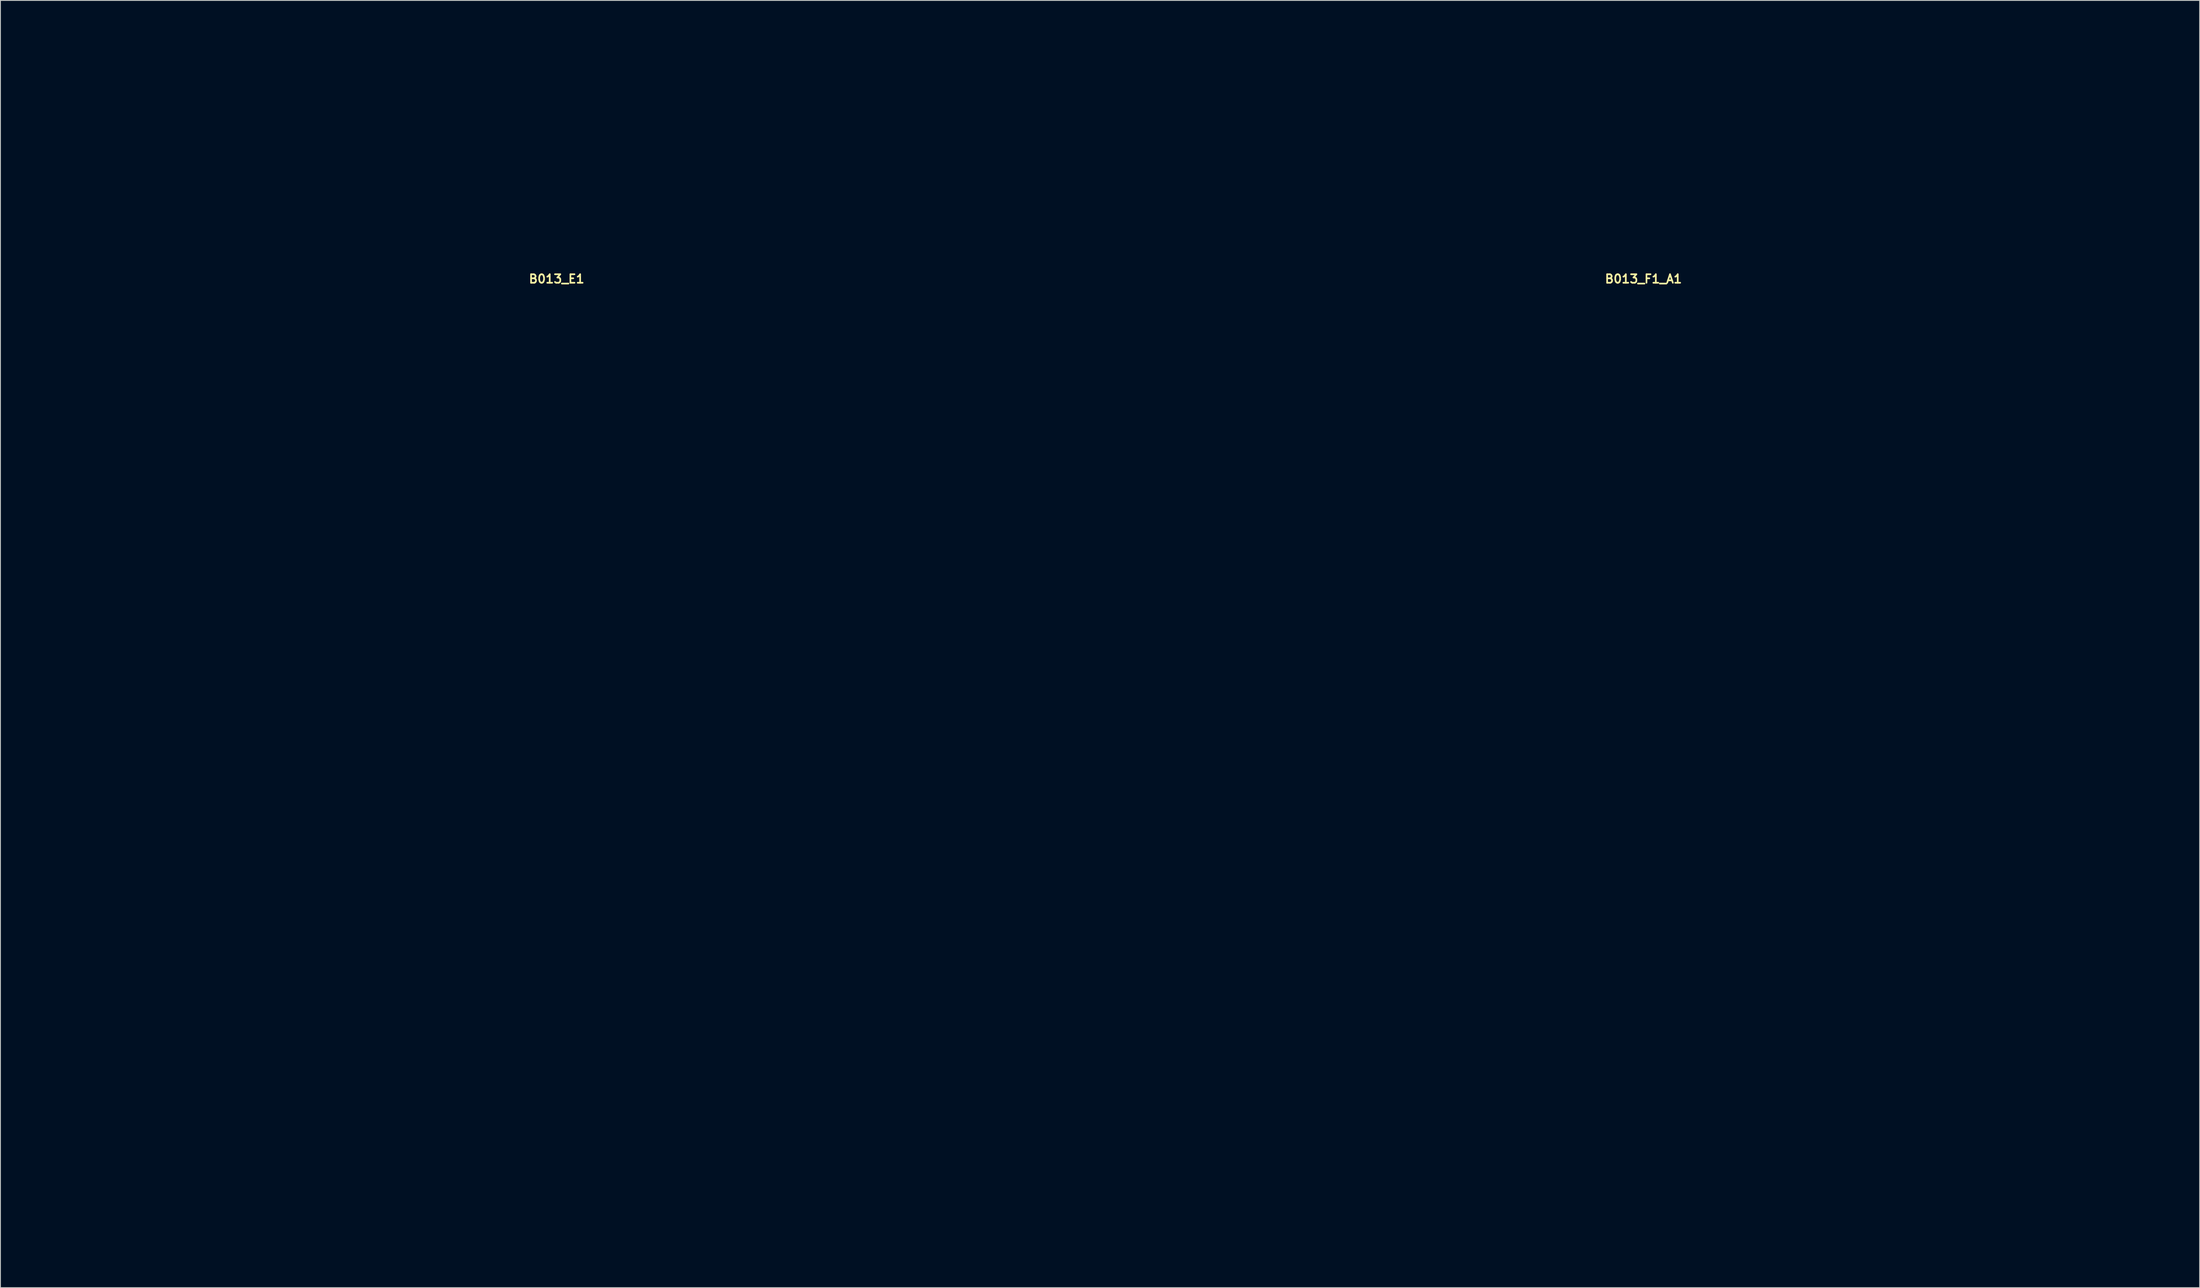
<source format=kicad_pcb>
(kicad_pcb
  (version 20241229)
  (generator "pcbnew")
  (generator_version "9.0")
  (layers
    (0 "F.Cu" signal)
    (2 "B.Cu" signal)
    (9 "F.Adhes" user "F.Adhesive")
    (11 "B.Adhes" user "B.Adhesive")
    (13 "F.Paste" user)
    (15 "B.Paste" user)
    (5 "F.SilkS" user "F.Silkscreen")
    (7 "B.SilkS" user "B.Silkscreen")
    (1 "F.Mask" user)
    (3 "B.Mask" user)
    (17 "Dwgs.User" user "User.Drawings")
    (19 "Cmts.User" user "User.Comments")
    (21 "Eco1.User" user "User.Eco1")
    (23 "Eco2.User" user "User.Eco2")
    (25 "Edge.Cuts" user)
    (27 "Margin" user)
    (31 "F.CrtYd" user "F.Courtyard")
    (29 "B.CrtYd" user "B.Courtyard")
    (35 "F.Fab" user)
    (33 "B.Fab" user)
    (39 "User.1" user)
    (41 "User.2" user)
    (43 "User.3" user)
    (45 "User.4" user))
  (footprint "B013_E1"
    (layer "F.Cu")
    (at 62.3 87.75)
    (property "Reference" "B013_E1" (at 0 -58.039 0) (layer "F.SilkS") (effects (font (size 1 1) (thickness 0.2))))
    (attr through_hole)
    (fp_line (start -62.1 -57.25) (end -62.1 57.25) (stroke (width 0.4) (type solid)) (layer "Eco1.User"))
    (fp_line (start -62.1 -57.25) (end -31.8 -57.25) (stroke (width 0.4) (type solid)) (layer "Eco1.User"))
    (fp_line (start -62.1 57.25) (end -31.8 57.25) (stroke (width 0.4) (type solid)) (layer "Eco1.User"))
    (fp_line (start -58.1 -57.25) (end -58.1 57.25) (stroke (width 0.4) (type solid)) (layer "Eco1.User"))
    (fp_line (start -31.8 -87.55) (end -31.8 -57.25) (stroke (width 0.4) (type solid)) (layer "Eco1.User"))
    (fp_line (start -31.8 -87.55) (end 31.8 -87.55) (stroke (width 0.4) (type solid)) (layer "Eco1.User"))
    (fp_line (start -31.8 -83.55) (end 31.8 -83.55) (stroke (width 0.4) (type solid)) (layer "Eco1.User"))
    (fp_line (start -31.8 -57.25) (end -31.8 57.25) (stroke (width 0.4) (type solid)) (layer "Eco1.User"))
    (fp_line (start -31.8 -57.25) (end 31.8 -57.25) (stroke (width 0.4) (type solid)) (layer "Eco1.User"))
    (fp_line (start -31.8 57.25) (end 31.8 57.25) (stroke (width 0.4) (type solid)) (layer "Eco1.User"))
    (fp_line (start -30.45 -55.75) (end -30.45 55.75) (stroke (width 0.4) (type solid)) (layer "Eco1.User"))
    (fp_line (start -30.45 -55.75) (end 30.45 -55.75) (stroke (width 0.4) (type solid)) (layer "Eco1.User"))
    (fp_line (start -30.45 -49) (end -27.1 -49) (stroke (width 0.4) (type solid)) (layer "Eco1.User"))
    (fp_line (start -30.45 49) (end -27.1 49) (stroke (width 0.4) (type solid)) (layer "Eco1.User"))
    (fp_line (start -30.45 55.75) (end 30.45 55.75) (stroke (width 0.4) (type solid)) (layer "Eco1.User"))
    (fp_line (start -23.85 -55.75) (end -23.85 -52.25) (stroke (width 0.4) (type solid)) (layer "Eco1.User"))
    (fp_line (start -23.85 52.25) (end -23.85 55.75) (stroke (width 0.4) (type solid)) (layer "Eco1.User"))
    (fp_line (start 23.85 -55.75) (end 23.85 -52.25) (stroke (width 0.4) (type solid)) (layer "Eco1.User"))
    (fp_line (start 23.85 52.25) (end 23.85 55.75) (stroke (width 0.4) (type solid)) (layer "Eco1.User"))
    (fp_line (start 27.1 -49) (end 30.45 -49) (stroke (width 0.4) (type solid)) (layer "Eco1.User"))
    (fp_line (start 27.1 49) (end 30.45 49) (stroke (width 0.4) (type solid)) (layer "Eco1.User"))
    (fp_line (start 30.45 -55.75) (end 30.45 55.75) (stroke (width 0.4) (type solid)) (layer "Eco1.User"))
    (fp_line (start 31.8 -87.55) (end 31.8 -57.25) (stroke (width 0.4) (type solid)) (layer "Eco1.User"))
    (fp_line (start 31.8 -57.25) (end 31.8 57.25) (stroke (width 0.4) (type solid)) (layer "Eco1.User"))
    (fp_line (start 31.8 -57.25) (end 62.1 -57.25) (stroke (width 0.4) (type solid)) (layer "Eco1.User"))
    (fp_line (start 31.8 57.25) (end 62.1 57.25) (stroke (width 0.4) (type solid)) (layer "Eco1.User"))
    (fp_line (start 58.1 -57.25) (end 58.1 57.25) (stroke (width 0.4) (type solid)) (layer "Eco1.User"))
    (fp_line (start 62.1 -57.25) (end 62.1 57.25) (stroke (width 0.4) (type solid)) (layer "Eco1.User"))
    (fp_arc (start -27.1 49) (mid -24.801903 49.951903) (end -23.85 52.25) (stroke (width 0.4) (type solid)) (layer "Eco1.User"))
    (fp_arc (start -23.85 -52.25) (mid -24.801903 -49.951903) (end -27.1 -49) (stroke (width 0.4) (type solid)) (layer "Eco1.User"))
    (fp_arc (start 23.85 52.25) (mid 24.801903 49.951903) (end 27.1 49) (stroke (width 0.4) (type solid)) (layer "Eco1.User"))
    (fp_arc (start 27.1 -49) (mid 24.801903 -49.951903) (end 23.85 -52.25) (stroke (width 0.4) (type solid)) (layer "Eco1.User"))
    (fp_circle (center -43.15 1.27) (end -37.15 1.27) (stroke (width 0.4) (type solid)) (fill no) (layer "Eco1.User"))
    (fp_circle (center -27.1 -52.25) (end -25.6 -52.25) (stroke (width 0.4) (type solid)) (fill no) (layer "Eco1.User"))
    (fp_circle (center -27.1 52.25) (end -25.6 52.25) (stroke (width 0.4) (type solid)) (fill no) (layer "Eco1.User"))
    (fp_circle (center 0 -70.1) (end 5.5 -70.1) (stroke (width 0.4) (type solid)) (fill no) (layer "Eco1.User"))
    (fp_circle (center 27.1 -52.25) (end 28.6 -52.25) (stroke (width 0.4) (type solid)) (fill no) (layer "Eco1.User"))
    (fp_circle (center 27.1 52.25) (end 28.6 52.25) (stroke (width 0.4) (type solid)) (fill no) (layer "Eco1.User"))
    (fp_circle (center 43.15 1.27) (end 49.15 1.27) (stroke (width 0.4) (type solid)) (fill no) (layer "Eco1.User")))
  (footprint "B013_F1_A1"
    (layer "F.Cu")
    (at 189.9 87.75)
    (property "Reference" "B013_F1_A1" (at 0 -58.039 0) (layer "F.SilkS") (effects (font (size 1 1) (thickness 0.2))))
    (attr through_hole)
    (fp_line (start -62.1 -57.25) (end -62.1 57.25) (stroke (width 0.4) (type solid)) (layer "Eco1.User"))
    (fp_line (start -62.1 -57.25) (end -31.8 -57.25) (stroke (width 0.4) (type solid)) (layer "Eco1.User"))
    (fp_line (start -62.1 57.25) (end -31.8 57.25) (stroke (width 0.4) (type solid)) (layer "Eco1.User"))
    (fp_line (start -58.1 -57.25) (end -58.1 57.25) (stroke (width 0.4) (type solid)) (layer "Eco1.User"))
    (fp_line (start -31.8 -87.55) (end -31.8 -57.25) (stroke (width 0.4) (type solid)) (layer "Eco1.User"))
    (fp_line (start -31.8 -87.55) (end 31.8 -87.55) (stroke (width 0.4) (type solid)) (layer "Eco1.User"))
    (fp_line (start -31.8 -83.55) (end 31.8 -83.55) (stroke (width 0.4) (type solid)) (layer "Eco1.User"))
    (fp_line (start -31.8 -57.25) (end -31.8 57.25) (stroke (width 0.4) (type solid)) (layer "Eco1.User"))
    (fp_line (start -31.8 -57.25) (end 31.8 -57.25) (stroke (width 0.4) (type solid)) (layer "Eco1.User"))
    (fp_line (start -31.8 57.25) (end 31.8 57.25) (stroke (width 0.4) (type solid)) (layer "Eco1.User"))
    (fp_line (start -30.45 -55.75) (end -30.45 55.75) (stroke (width 0.4) (type solid)) (layer "Eco1.User"))
    (fp_line (start -30.45 -55.75) (end 30.45 -55.75) (stroke (width 0.4) (type solid)) (layer "Eco1.User"))
    (fp_line (start -30.45 -49) (end -27.1 -49) (stroke (width 0.4) (type solid)) (layer "Eco1.User"))
    (fp_line (start -30.45 49) (end -27.1 49) (stroke (width 0.4) (type solid)) (layer "Eco1.User"))
    (fp_line (start -30.45 55.75) (end 30.45 55.75) (stroke (width 0.4) (type solid)) (layer "Eco1.User"))
    (fp_line (start -23.85 -55.75) (end -23.85 -52.25) (stroke (width 0.4) (type solid)) (layer "Eco1.User"))
    (fp_line (start -23.85 52.25) (end -23.85 55.75) (stroke (width 0.4) (type solid)) (layer "Eco1.User"))
    (fp_line (start 23.85 -55.75) (end 23.85 -52.25) (stroke (width 0.4) (type solid)) (layer "Eco1.User"))
    (fp_line (start 23.85 52.25) (end 23.85 55.75) (stroke (width 0.4) (type solid)) (layer "Eco1.User"))
    (fp_line (start 27.1 -49) (end 30.45 -49) (stroke (width 0.4) (type solid)) (layer "Eco1.User"))
    (fp_line (start 27.1 49) (end 30.45 49) (stroke (width 0.4) (type solid)) (layer "Eco1.User"))
    (fp_line (start 30.45 -55.75) (end 30.45 55.75) (stroke (width 0.4) (type solid)) (layer "Eco1.User"))
    (fp_line (start 31.8 -87.55) (end 31.8 -57.25) (stroke (width 0.4) (type solid)) (layer "Eco1.User"))
    (fp_line (start 31.8 -57.25) (end 31.8 57.25) (stroke (width 0.4) (type solid)) (layer "Eco1.User"))
    (fp_line (start 31.8 -57.25) (end 62.1 -57.25) (stroke (width 0.4) (type solid)) (layer "Eco1.User"))
    (fp_line (start 31.8 57.25) (end 62.1 57.25) (stroke (width 0.4) (type solid)) (layer "Eco1.User"))
    (fp_line (start 58.1 -57.25) (end 58.1 57.25) (stroke (width 0.4) (type solid)) (layer "Eco1.User"))
    (fp_line (start 62.1 -57.25) (end 62.1 57.25) (stroke (width 0.4) (type solid)) (layer "Eco1.User"))
    (fp_arc (start -27.1 49) (mid -24.801903 49.951903) (end -23.85 52.25) (stroke (width 0.4) (type solid)) (layer "Eco1.User"))
    (fp_arc (start -23.85 -52.25) (mid -24.801903 -49.951903) (end -27.1 -49) (stroke (width 0.4) (type solid)) (layer "Eco1.User"))
    (fp_arc (start 23.85 52.25) (mid 24.801903 49.951903) (end 27.1 49) (stroke (width 0.4) (type solid)) (layer "Eco1.User"))
    (fp_arc (start 27.1 -49) (mid 24.801903 -49.951903) (end 23.85 -52.25) (stroke (width 0.4) (type solid)) (layer "Eco1.User"))
    (fp_circle (center -43.15 26.67) (end -37.15 26.67) (stroke (width 0.4) (type solid)) (fill no) (layer "Eco1.User"))
    (fp_circle (center -27.1 -52.25) (end -25.6 -52.25) (stroke (width 0.4) (type solid)) (fill no) (layer "Eco1.User"))
    (fp_circle (center -27.1 52.25) (end -25.6 52.25) (stroke (width 0.4) (type solid)) (fill no) (layer "Eco1.User"))
    (fp_circle (center -26.95 -40.44) (end -25.55 -40.44) (stroke (width 0.4) (type solid)) (fill no) (layer "Eco1.User"))
    (fp_circle (center -26.95 -12.5) (end -25.55 -12.5) (stroke (width 0.4) (type solid)) (fill no) (layer "Eco1.User"))
    (fp_circle (center -19.05 -40.44) (end -15.35 -40.44) (stroke (width 0.4) (type solid)) (fill no) (layer "Eco1.User"))
    (fp_circle (center -19.05 -12.5) (end -15.35 -12.5) (stroke (width 0.4) (type solid)) (fill no) (layer "Eco1.User"))
    (fp_circle (center -19.05 44.45) (end -16.4 44.45) (stroke (width 0.4) (type solid)) (fill no) (layer "Eco1.User"))
    (fp_circle (center -8.89 -50.8) (end -7.39 -50.8) (stroke (width 0.4) (type solid)) (fill no) (layer "Eco1.User"))
    (fp_circle (center -7.9 -26.47) (end -6.5 -26.47) (stroke (width 0.4) (type solid)) (fill no) (layer "Eco1.User"))
    (fp_circle (center -7.9 1.47) (end -6.5 1.47) (stroke (width 0.4) (type solid)) (fill no) (layer "Eco1.User"))
    (fp_circle (center 0 -70.1) (end 5.5 -70.1) (stroke (width 0.4) (type solid)) (fill no) (layer "Eco1.User"))
    (fp_circle (center 0 -26.47) (end 3.7 -26.47) (stroke (width 0.4) (type solid)) (fill no) (layer "Eco1.User"))
    (fp_circle (center 0 1.47) (end 3.7 1.47) (stroke (width 0.4) (type solid)) (fill no) (layer "Eco1.User"))
    (fp_circle (center 0 44.45) (end 6.5 44.45) (stroke (width 0.4) (type solid)) (fill no) (layer "Eco1.User"))
    (fp_circle (center 8.89 -50.8) (end 10.39 -50.8) (stroke (width 0.4) (type solid)) (fill no) (layer "Eco1.User"))
    (fp_circle (center 11.15 -40.44) (end 12.55 -40.44) (stroke (width 0.4) (type solid)) (fill no) (layer "Eco1.User"))
    (fp_circle (center 11.15 -12.5) (end 12.55 -12.5) (stroke (width 0.4) (type solid)) (fill no) (layer "Eco1.User"))
    (fp_circle (center 19.05 -40.44) (end 22.75 -40.44) (stroke (width 0.4) (type solid)) (fill no) (layer "Eco1.User"))
    (fp_circle (center 19.05 -12.5) (end 22.75 -12.5) (stroke (width 0.4) (type solid)) (fill no) (layer "Eco1.User"))
    (fp_circle (center 27.1 -52.25) (end 28.6 -52.25) (stroke (width 0.4) (type solid)) (fill no) (layer "Eco1.User"))
    (fp_circle (center 27.1 52.25) (end 28.6 52.25) (stroke (width 0.4) (type solid)) (fill no) (layer "Eco1.User"))
    (fp_circle (center 43.15 26.67) (end 49.15 26.67) (stroke (width 0.4) (type solid)) (fill no) (layer "Eco1.User")))
  (gr_rect
    (start -3 -3)
    (end 255.2 148.2)
    (stroke (width 0.1) (type default))
    (fill no)
    (layer "Edge.Cuts")))
</source>
